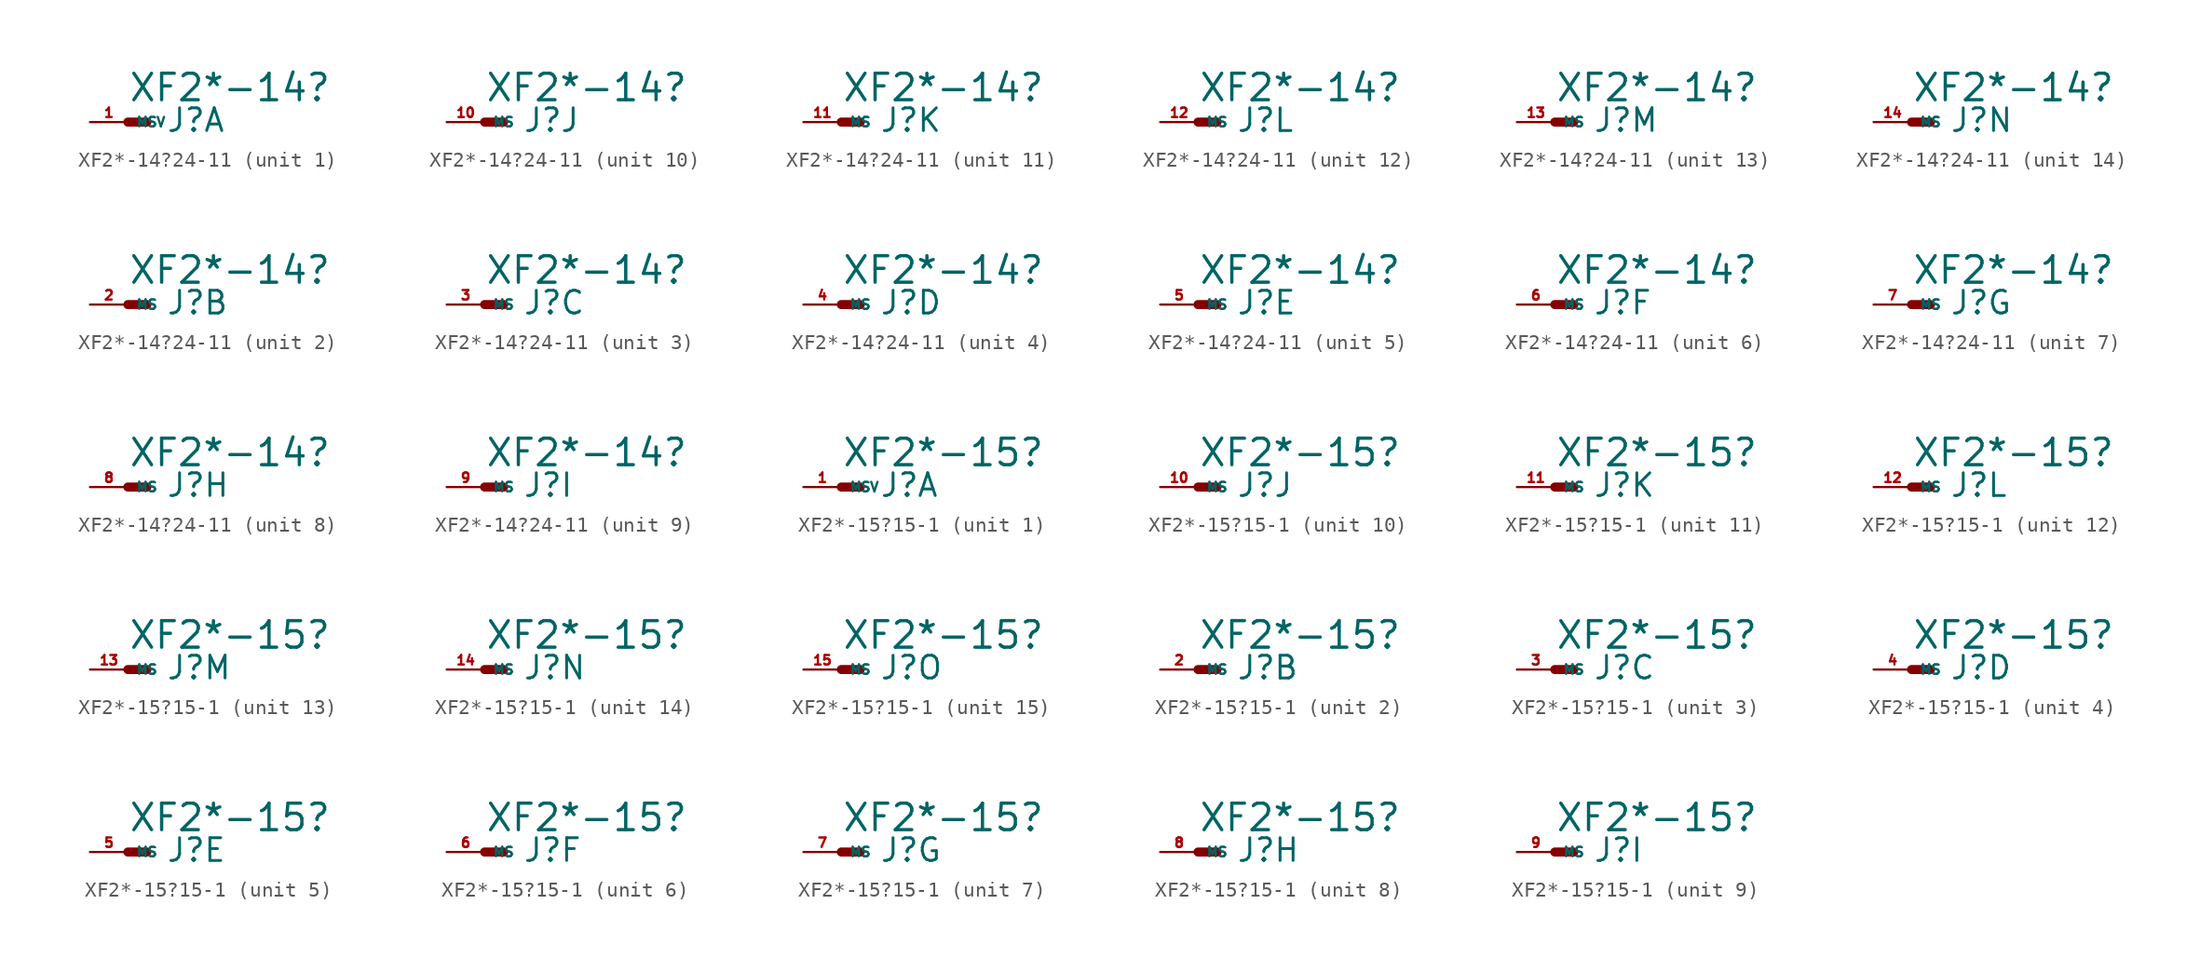
<source format=kicad_sym>
(kicad_symbol_lib
  (version 20220914)
  (generator Eagle2Kicad)
  (symbol "XF2*-14?24-11"
    (property "Reference" "J"
      (at 2.54 -0.762 0)
      (effects (font (size 1.524 1.524) (thickness 0.19)) (justify left bottom)))
    (property "Value" "XF2*-14?"
      (at 0 1.27 0)
      (effects (font (size 1.778 1.778) (thickness 0.22)) (justify left bottom)))
    (symbol "XF2*-14?24-11_1_0"
      (polyline (pts (xy 0 0) (xy 1.27 0)) (stroke (width 0.61) (type default)) (fill (type none)))
      (pin passive line (at -2.54 0 0) (length 2.54) (name "MSV" (effects (font (size 0.635 0.635) (thickness 0.08)) (justify left bottom))) (number "1" (effects (font (size 0.635 0.635) (thickness 0.08)) (justify left bottom)))))
    (symbol "XF2*-14?24-11_2_0"
      (polyline (pts (xy 0 0) (xy 1.27 0)) (stroke (width 0.61) (type default)) (fill (type none)))
      (pin passive line (at -2.54 0 0) (length 2.54) (name "MS" (effects (font (size 0.635 0.635) (thickness 0.08)) (justify left bottom))) (number "2" (effects (font (size 0.635 0.635) (thickness 0.08)) (justify left bottom)))))
    (symbol "XF2*-14?24-11_3_0"
      (polyline (pts (xy 0 0) (xy 1.27 0)) (stroke (width 0.61) (type default)) (fill (type none)))
      (pin passive line (at -2.54 0 0) (length 2.54) (name "MS" (effects (font (size 0.635 0.635) (thickness 0.08)) (justify left bottom))) (number "3" (effects (font (size 0.635 0.635) (thickness 0.08)) (justify left bottom)))))
    (symbol "XF2*-14?24-11_4_0"
      (polyline (pts (xy 0 0) (xy 1.27 0)) (stroke (width 0.61) (type default)) (fill (type none)))
      (pin passive line (at -2.54 0 0) (length 2.54) (name "MS" (effects (font (size 0.635 0.635) (thickness 0.08)) (justify left bottom))) (number "4" (effects (font (size 0.635 0.635) (thickness 0.08)) (justify left bottom)))))
    (symbol "XF2*-14?24-11_5_0"
      (polyline (pts (xy 0 0) (xy 1.27 0)) (stroke (width 0.61) (type default)) (fill (type none)))
      (pin passive line (at -2.54 0 0) (length 2.54) (name "MS" (effects (font (size 0.635 0.635) (thickness 0.08)) (justify left bottom))) (number "5" (effects (font (size 0.635 0.635) (thickness 0.08)) (justify left bottom)))))
    (symbol "XF2*-14?24-11_6_0"
      (polyline (pts (xy 0 0) (xy 1.27 0)) (stroke (width 0.61) (type default)) (fill (type none)))
      (pin passive line (at -2.54 0 0) (length 2.54) (name "MS" (effects (font (size 0.635 0.635) (thickness 0.08)) (justify left bottom))) (number "6" (effects (font (size 0.635 0.635) (thickness 0.08)) (justify left bottom)))))
    (symbol "XF2*-14?24-11_7_0"
      (polyline (pts (xy 0 0) (xy 1.27 0)) (stroke (width 0.61) (type default)) (fill (type none)))
      (pin passive line (at -2.54 0 0) (length 2.54) (name "MS" (effects (font (size 0.635 0.635) (thickness 0.08)) (justify left bottom))) (number "7" (effects (font (size 0.635 0.635) (thickness 0.08)) (justify left bottom)))))
    (symbol "XF2*-14?24-11_8_0"
      (polyline (pts (xy 0 0) (xy 1.27 0)) (stroke (width 0.61) (type default)) (fill (type none)))
      (pin passive line (at -2.54 0 0) (length 2.54) (name "MS" (effects (font (size 0.635 0.635) (thickness 0.08)) (justify left bottom))) (number "8" (effects (font (size 0.635 0.635) (thickness 0.08)) (justify left bottom)))))
    (symbol "XF2*-14?24-11_9_0"
      (polyline (pts (xy 0 0) (xy 1.27 0)) (stroke (width 0.61) (type default)) (fill (type none)))
      (pin passive line (at -2.54 0 0) (length 2.54) (name "MS" (effects (font (size 0.635 0.635) (thickness 0.08)) (justify left bottom))) (number "9" (effects (font (size 0.635 0.635) (thickness 0.08)) (justify left bottom)))))
    (symbol "XF2*-14?24-11_10_0"
      (polyline (pts (xy 0 0) (xy 1.27 0)) (stroke (width 0.61) (type default)) (fill (type none)))
      (pin passive line (at -2.54 0 0) (length 2.54) (name "MS" (effects (font (size 0.635 0.635) (thickness 0.08)) (justify left bottom))) (number "10" (effects (font (size 0.635 0.635) (thickness 0.08)) (justify left bottom)))))
    (symbol "XF2*-14?24-11_11_0"
      (polyline (pts (xy 0 0) (xy 1.27 0)) (stroke (width 0.61) (type default)) (fill (type none)))
      (pin passive line (at -2.54 0 0) (length 2.54) (name "MS" (effects (font (size 0.635 0.635) (thickness 0.08)) (justify left bottom))) (number "11" (effects (font (size 0.635 0.635) (thickness 0.08)) (justify left bottom)))))
    (symbol "XF2*-14?24-11_12_0"
      (polyline (pts (xy 0 0) (xy 1.27 0)) (stroke (width 0.61) (type default)) (fill (type none)))
      (pin passive line (at -2.54 0 0) (length 2.54) (name "MS" (effects (font (size 0.635 0.635) (thickness 0.08)) (justify left bottom))) (number "12" (effects (font (size 0.635 0.635) (thickness 0.08)) (justify left bottom)))))
    (symbol "XF2*-14?24-11_13_0"
      (polyline (pts (xy 0 0) (xy 1.27 0)) (stroke (width 0.61) (type default)) (fill (type none)))
      (pin passive line (at -2.54 0 0) (length 2.54) (name "MS" (effects (font (size 0.635 0.635) (thickness 0.08)) (justify left bottom))) (number "13" (effects (font (size 0.635 0.635) (thickness 0.08)) (justify left bottom)))))
    (symbol "XF2*-14?24-11_14_0"
      (polyline (pts (xy 0 0) (xy 1.27 0)) (stroke (width 0.61) (type default)) (fill (type none)))
      (pin passive line (at -2.54 0 0) (length 2.54) (name "MS" (effects (font (size 0.635 0.635) (thickness 0.08)) (justify left bottom))) (number "14" (effects (font (size 0.635 0.635) (thickness 0.08)) (justify left bottom))))))
  (symbol "XF2*-15?15-1"
    (property "Reference" "J"
      (at 2.54 -0.762 0)
      (effects (font (size 1.524 1.524) (thickness 0.19)) (justify left bottom)))
    (property "Value" "XF2*-15?"
      (at 0 1.27 0)
      (effects (font (size 1.778 1.778) (thickness 0.22)) (justify left bottom)))
    (symbol "XF2*-15?15-1_1_0"
      (polyline (pts (xy 0 0) (xy 1.27 0)) (stroke (width 0.61) (type default)) (fill (type none)))
      (pin passive line (at -2.54 0 0) (length 2.54) (name "MSV" (effects (font (size 0.635 0.635) (thickness 0.08)) (justify left bottom))) (number "1" (effects (font (size 0.635 0.635) (thickness 0.08)) (justify left bottom)))))
    (symbol "XF2*-15?15-1_2_0"
      (polyline (pts (xy 0 0) (xy 1.27 0)) (stroke (width 0.61) (type default)) (fill (type none)))
      (pin passive line (at -2.54 0 0) (length 2.54) (name "MS" (effects (font (size 0.635 0.635) (thickness 0.08)) (justify left bottom))) (number "2" (effects (font (size 0.635 0.635) (thickness 0.08)) (justify left bottom)))))
    (symbol "XF2*-15?15-1_3_0"
      (polyline (pts (xy 0 0) (xy 1.27 0)) (stroke (width 0.61) (type default)) (fill (type none)))
      (pin passive line (at -2.54 0 0) (length 2.54) (name "MS" (effects (font (size 0.635 0.635) (thickness 0.08)) (justify left bottom))) (number "3" (effects (font (size 0.635 0.635) (thickness 0.08)) (justify left bottom)))))
    (symbol "XF2*-15?15-1_4_0"
      (polyline (pts (xy 0 0) (xy 1.27 0)) (stroke (width 0.61) (type default)) (fill (type none)))
      (pin passive line (at -2.54 0 0) (length 2.54) (name "MS" (effects (font (size 0.635 0.635) (thickness 0.08)) (justify left bottom))) (number "4" (effects (font (size 0.635 0.635) (thickness 0.08)) (justify left bottom)))))
    (symbol "XF2*-15?15-1_5_0"
      (polyline (pts (xy 0 0) (xy 1.27 0)) (stroke (width 0.61) (type default)) (fill (type none)))
      (pin passive line (at -2.54 0 0) (length 2.54) (name "MS" (effects (font (size 0.635 0.635) (thickness 0.08)) (justify left bottom))) (number "5" (effects (font (size 0.635 0.635) (thickness 0.08)) (justify left bottom)))))
    (symbol "XF2*-15?15-1_6_0"
      (polyline (pts (xy 0 0) (xy 1.27 0)) (stroke (width 0.61) (type default)) (fill (type none)))
      (pin passive line (at -2.54 0 0) (length 2.54) (name "MS" (effects (font (size 0.635 0.635) (thickness 0.08)) (justify left bottom))) (number "6" (effects (font (size 0.635 0.635) (thickness 0.08)) (justify left bottom)))))
    (symbol "XF2*-15?15-1_7_0"
      (polyline (pts (xy 0 0) (xy 1.27 0)) (stroke (width 0.61) (type default)) (fill (type none)))
      (pin passive line (at -2.54 0 0) (length 2.54) (name "MS" (effects (font (size 0.635 0.635) (thickness 0.08)) (justify left bottom))) (number "7" (effects (font (size 0.635 0.635) (thickness 0.08)) (justify left bottom)))))
    (symbol "XF2*-15?15-1_8_0"
      (polyline (pts (xy 0 0) (xy 1.27 0)) (stroke (width 0.61) (type default)) (fill (type none)))
      (pin passive line (at -2.54 0 0) (length 2.54) (name "MS" (effects (font (size 0.635 0.635) (thickness 0.08)) (justify left bottom))) (number "8" (effects (font (size 0.635 0.635) (thickness 0.08)) (justify left bottom)))))
    (symbol "XF2*-15?15-1_9_0"
      (polyline (pts (xy 0 0) (xy 1.27 0)) (stroke (width 0.61) (type default)) (fill (type none)))
      (pin passive line (at -2.54 0 0) (length 2.54) (name "MS" (effects (font (size 0.635 0.635) (thickness 0.08)) (justify left bottom))) (number "9" (effects (font (size 0.635 0.635) (thickness 0.08)) (justify left bottom)))))
    (symbol "XF2*-15?15-1_10_0"
      (polyline (pts (xy 0 0) (xy 1.27 0)) (stroke (width 0.61) (type default)) (fill (type none)))
      (pin passive line (at -2.54 0 0) (length 2.54) (name "MS" (effects (font (size 0.635 0.635) (thickness 0.08)) (justify left bottom))) (number "10" (effects (font (size 0.635 0.635) (thickness 0.08)) (justify left bottom)))))
    (symbol "XF2*-15?15-1_11_0"
      (polyline (pts (xy 0 0) (xy 1.27 0)) (stroke (width 0.61) (type default)) (fill (type none)))
      (pin passive line (at -2.54 0 0) (length 2.54) (name "MS" (effects (font (size 0.635 0.635) (thickness 0.08)) (justify left bottom))) (number "11" (effects (font (size 0.635 0.635) (thickness 0.08)) (justify left bottom)))))
    (symbol "XF2*-15?15-1_12_0"
      (polyline (pts (xy 0 0) (xy 1.27 0)) (stroke (width 0.61) (type default)) (fill (type none)))
      (pin passive line (at -2.54 0 0) (length 2.54) (name "MS" (effects (font (size 0.635 0.635) (thickness 0.08)) (justify left bottom))) (number "12" (effects (font (size 0.635 0.635) (thickness 0.08)) (justify left bottom)))))
    (symbol "XF2*-15?15-1_13_0"
      (polyline (pts (xy 0 0) (xy 1.27 0)) (stroke (width 0.61) (type default)) (fill (type none)))
      (pin passive line (at -2.54 0 0) (length 2.54) (name "MS" (effects (font (size 0.635 0.635) (thickness 0.08)) (justify left bottom))) (number "13" (effects (font (size 0.635 0.635) (thickness 0.08)) (justify left bottom)))))
    (symbol "XF2*-15?15-1_14_0"
      (polyline (pts (xy 0 0) (xy 1.27 0)) (stroke (width 0.61) (type default)) (fill (type none)))
      (pin passive line (at -2.54 0 0) (length 2.54) (name "MS" (effects (font (size 0.635 0.635) (thickness 0.08)) (justify left bottom))) (number "14" (effects (font (size 0.635 0.635) (thickness 0.08)) (justify left bottom)))))
    (symbol "XF2*-15?15-1_15_0"
      (polyline (pts (xy 0 0) (xy 1.27 0)) (stroke (width 0.61) (type default)) (fill (type none)))
      (pin passive line (at -2.54 0 0) (length 2.54) (name "MS" (effects (font (size 0.635 0.635) (thickness 0.08)) (justify left bottom))) (number "15" (effects (font (size 0.635 0.635) (thickness 0.08)) (justify left bottom)))))))
</source>
